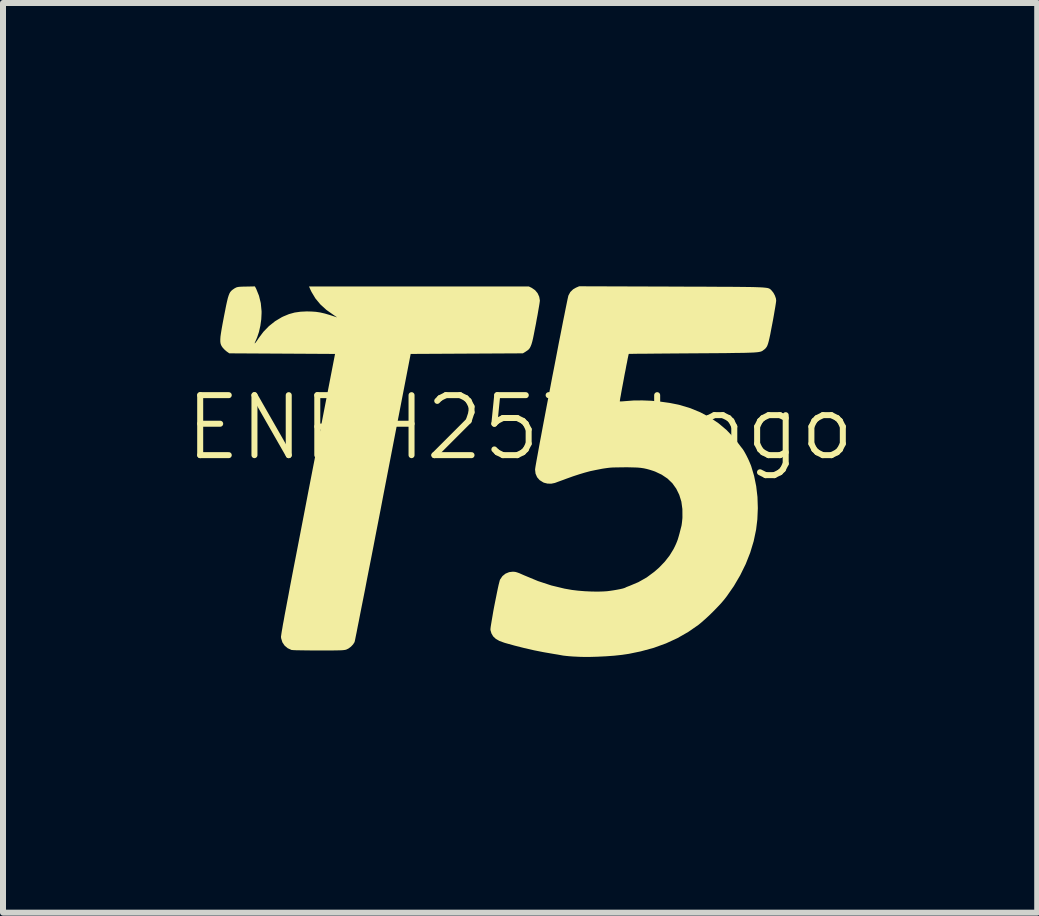
<source format=kicad_pcb>
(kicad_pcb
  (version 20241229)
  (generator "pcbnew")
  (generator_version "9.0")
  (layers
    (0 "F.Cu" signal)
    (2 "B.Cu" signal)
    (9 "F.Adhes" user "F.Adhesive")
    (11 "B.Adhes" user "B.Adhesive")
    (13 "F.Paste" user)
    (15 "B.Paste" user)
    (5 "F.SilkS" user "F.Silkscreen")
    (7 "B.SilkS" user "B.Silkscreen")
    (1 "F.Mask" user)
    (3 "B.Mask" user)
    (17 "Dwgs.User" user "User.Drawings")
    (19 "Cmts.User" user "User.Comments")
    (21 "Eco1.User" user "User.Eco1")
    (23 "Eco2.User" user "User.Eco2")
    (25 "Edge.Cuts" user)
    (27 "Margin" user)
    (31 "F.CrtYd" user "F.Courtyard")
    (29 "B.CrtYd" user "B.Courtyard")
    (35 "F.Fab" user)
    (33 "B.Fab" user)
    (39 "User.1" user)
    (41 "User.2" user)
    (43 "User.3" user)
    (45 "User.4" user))
  (footprint "ENPH253_Logo"
    (layer "F.Cu")
    (at 5.621 4.581)
    (property "Reference" "ENPH253_Logo" (at 0 -0.5 0) (unlocked yes) (layer "F.SilkS") (effects (font (size 1 1) (thickness 0.1))))
    (attr smd)
    (fp_poly (pts (xy -4.85 -3.29) (xy -4.855 -3.285) (xy -4.86 -3.29) (xy -4.855 -3.295)) (stroke (width 0) (type solid)) (fill yes) (layer "F.Mask"))
    (fp_poly (pts (xy -3.48 -3.67) (xy -3.485 -3.665) (xy -3.49 -3.67) (xy -3.485 -3.675)) (stroke (width 0) (type solid)) (fill yes) (layer "F.Mask"))
    (fp_poly (pts (xy 1.922 0.162) (xy 2.069 0.181) (xy 2.201 0.214) (xy 2.318 0.259) (xy 2.42 0.318) (xy 2.507 0.39) (xy 2.578 0.475) (xy 2.635 0.573) (xy 2.677 0.684) (xy 2.682 0.7) (xy 2.691 0.736) (xy 2.697 0.773) (xy 2.701 0.813) (xy 2.703 0.863) (xy 2.704 0.928) (xy 2.704 0.941) (xy 2.705 1.101) (xy 2.585 1.24) (xy 2.516 1.319) (xy 2.436 1.41) (xy 2.349 1.508) (xy 2.256 1.612) (xy 2.161 1.717) (xy 2.067 1.821) (xy 1.977 1.92) (xy 1.917 1.986) (xy 1.745 2.173) (xy 1.68 2.189) (xy 1.619 2.202) (xy 1.564 2.213) (xy 1.509 2.22) (xy 1.451 2.225) (xy 1.385 2.228) (xy 1.306 2.229) (xy 1.24 2.229) (xy 1.153 2.228) (xy 1.081 2.227) (xy 1.019 2.223) (xy 0.962 2.218) (xy 0.907 2.211) (xy 0.875 2.207) (xy 0.638 2.16) (xy 0.407 2.095) (xy 0.184 2.012) (xy 0.105 1.978) (xy 0.054 1.955) (xy 0.004 1.934) (xy -0.039 1.918) (xy -0.071 1.908) (xy -0.071 1.908) (xy -0.106 1.9) (xy -0.133 1.898) (xy -0.163 1.903) (xy -0.184 1.909) (xy -0.245 1.936) (xy -0.295 1.977) (xy -0.33 2.025) (xy -0.337 2.046) (xy -0.347 2.083) (xy -0.36 2.134) (xy -0.373 2.196) (xy -0.389 2.267) (xy -0.404 2.345) (xy -0.42 2.425) (xy -0.436 2.507) (xy -0.451 2.586) (xy -0.464 2.661) (xy -0.476 2.729) (xy -0.485 2.787) (xy -0.491 2.833) (xy -0.494 2.863) (xy -0.494 2.874) (xy -0.477 2.932) (xy -0.447 2.981) (xy -0.404 3.021) (xy -0.344 3.055) (xy -0.267 3.084) (xy -0.267 3.084) (xy -0.161 3.115) (xy -0.045 3.145) (xy 0.076 3.175) (xy 0.197 3.203) (xy 0.314 3.228) (xy 0.423 3.248) (xy 0.518 3.264) (xy 0.535 3.266) (xy 0.576 3.272) (xy 0.611 3.278) (xy 0.633 3.283) (xy 0.638 3.285) (xy 0.633 3.293) (xy 0.614 3.315) (xy 0.581 3.35) (xy 0.534 3.399) (xy 0.474 3.461) (xy 0.399 3.535) (xy 0.311 3.623) (xy 0.21 3.724) (xy 0.096 3.836) (xy -0.007 3.938) (xy -0.665 4.584) (xy -2.458 4.585) (xy -4.251 4.585) (xy -4.248 4.556) (xy -4.246 4.547) (xy -4.239 4.536) (xy -4.226 4.522) (xy -4.206 4.504) (xy -4.176 4.48) (xy -4.136 4.449) (xy -4.083 4.41) (xy -4.017 4.361) (xy -3.98 4.335) (xy -3.586 4.045) (xy -3.192 3.752) (xy -2.8 3.455) (xy -2.411 3.156) (xy -2.027 2.856) (xy -1.649 2.556) (xy -1.279 2.258) (xy -0.917 1.962) (xy -0.566 1.669) (xy -0.226 1.381) (xy 0.101 1.099) (xy 0.413 0.824) (xy 0.71 0.557) (xy 0.807 0.468) (xy 1.038 0.255) (xy 1.142 0.23) (xy 1.303 0.196) (xy 1.455 0.173) (xy 1.607 0.159) (xy 1.76 0.155)) (stroke (width 0) (type solid)) (fill yes) (layer "F.Mask"))
    (fp_poly (pts (xy 2.884 -4.579) (xy 3.006 -4.574) (xy 3.112 -4.567) (xy 3.12 -4.566) (xy 3.352 -4.54) (xy 3.566 -4.505) (xy 3.763 -4.462) (xy 3.944 -4.41) (xy 4.11 -4.349) (xy 4.26 -4.279) (xy 4.397 -4.199) (xy 4.52 -4.109) (xy 4.604 -4.035) (xy 4.712 -3.92) (xy 4.802 -3.795) (xy 4.875 -3.661) (xy 4.931 -3.517) (xy 4.97 -3.363) (xy 4.992 -3.2) (xy 4.997 -3.027) (xy 4.985 -2.844) (xy 4.955 -2.651) (xy 4.909 -2.447) (xy 4.846 -2.233) (xy 4.839 -2.214) (xy 4.761 -1.998) (xy 4.666 -1.774) (xy 4.556 -1.542) (xy 4.429 -1.3) (xy 4.286 -1.049) (xy 4.126 -0.788) (xy 4.092 -0.735) (xy 4.063 -0.69) (xy 4.028 -0.636) (xy 3.989 -0.578) (xy 3.947 -0.515) (xy 3.904 -0.452) (xy 3.862 -0.389) (xy 3.821 -0.33) (xy 3.784 -0.276) (xy 3.752 -0.229) (xy 3.725 -0.192) (xy 3.707 -0.167) (xy 3.698 -0.156) (xy 3.697 -0.155) (xy 3.691 -0.163) (xy 3.676 -0.183) (xy 3.657 -0.212) (xy 3.653 -0.218) (xy 3.57 -0.326) (xy 3.472 -0.432) (xy 3.362 -0.532) (xy 3.245 -0.62) (xy 3.235 -0.627) (xy 3.079 -0.72) (xy 2.91 -0.798) (xy 2.729 -0.86) (xy 2.536 -0.906) (xy 2.33 -0.937) (xy 2.293 -0.94) (xy 2.221 -0.947) (xy 2.347 -1.093) (xy 2.437 -1.201) (xy 2.526 -1.308) (xy 2.61 -1.412) (xy 2.686 -1.509) (xy 2.752 -1.596) (xy 2.777 -1.63) (xy 2.857 -1.74) (xy 3.416 -1.745) (xy 3.975 -1.75) (xy 4.023 -1.773) (xy 4.074 -1.808) (xy 4.115 -1.854) (xy 4.137 -1.897) (xy 4.143 -1.917) (xy 4.151 -1.953) (xy 4.161 -2.003) (xy 4.173 -2.064) (xy 4.186 -2.133) (xy 4.2 -2.206) (xy 4.214 -2.282) (xy 4.227 -2.357) (xy 4.24 -2.428) (xy 4.251 -2.493) (xy 4.26 -2.548) (xy 4.266 -2.59) (xy 4.27 -2.617) (xy 4.27 -2.624) (xy 4.263 -2.667) (xy 4.244 -2.714) (xy 4.217 -2.759) (xy 4.189 -2.789) (xy 4.172 -2.803) (xy 4.156 -2.815) (xy 4.14 -2.824) (xy 4.12 -2.831) (xy 4.094 -2.836) (xy 4.062 -2.84) (xy 4.019 -2.842) (xy 3.965 -2.844) (xy 3.898 -2.845) (xy 3.814 -2.845) (xy 3.72 -2.845) (xy 3.35 -2.845) (xy 3.35 -2.923) (xy 3.34 -3.028) (xy 3.312 -3.129) (xy 3.265 -3.223) (xy 3.202 -3.309) (xy 3.123 -3.385) (xy 3.08 -3.417) (xy 2.988 -3.47) (xy 2.88 -3.517) (xy 2.755 -3.558) (xy 2.616 -3.591) (xy 2.463 -3.617) (xy 2.305 -3.635) (xy 2.18 -3.642) (xy 2.035 -3.645) (xy 1.873 -3.643) (xy 1.694 -3.637) (xy 1.498 -3.627) (xy 1.286 -3.612) (xy 1.059 -3.594) (xy 0.817 -3.571) (xy 0.562 -3.544) (xy 0.294 -3.513) (xy 0.013 -3.479) (xy -0.279 -3.44) (xy -0.582 -3.399) (xy -0.895 -3.353) (xy -1.217 -3.304) (xy -1.548 -3.252) (xy -1.887 -3.197) (xy -2.234 -3.138) (xy -2.587 -3.076) (xy -2.946 -3.012) (xy -3.31 -2.944) (xy -3.355 -2.935) (xy -3.409 -2.925) (xy -3.457 -2.916) (xy -3.494 -2.91) (xy -3.517 -2.906) (xy -3.522 -2.905) (xy -3.53 -2.897) (xy -3.526 -2.873) (xy -3.511 -2.833) (xy -3.499 -2.807) (xy -3.441 -2.699) (xy -3.373 -2.604) (xy -3.293 -2.519) (xy -3.198 -2.44) (xy -3.11 -2.379) (xy -3.079 -2.36) (xy -3.059 -2.346) (xy -3.052 -2.339) (xy -3.055 -2.34) (xy -3.147 -2.371) (xy -3.225 -2.395) (xy -3.293 -2.413) (xy -3.356 -2.426) (xy -3.418 -2.433) (xy -3.483 -2.437) (xy -3.545 -2.438) (xy -3.612 -2.438) (xy -3.666 -2.435) (xy -3.712 -2.429) (xy -3.757 -2.421) (xy -3.774 -2.417) (xy -3.865 -2.388) (xy -3.959 -2.349) (xy -4.046 -2.302) (xy -4.094 -2.271) (xy -4.144 -2.231) (xy -4.2 -2.179) (xy -4.257 -2.12) (xy -4.31 -2.058) (xy -4.355 -2) (xy -4.375 -1.971) (xy -4.399 -1.935) (xy -4.417 -1.911) (xy -4.427 -1.9) (xy -4.429 -1.904) (xy -4.421 -1.923) (xy -4.414 -1.936) (xy -4.397 -1.976) (xy -4.377 -2.03) (xy -4.358 -2.09) (xy -4.34 -2.152) (xy -4.327 -2.208) (xy -4.325 -2.218) (xy -4.317 -2.279) (xy -4.312 -2.35) (xy -4.31 -2.426) (xy -4.313 -2.498) (xy -4.319 -2.559) (xy -4.321 -2.571) (xy -4.342 -2.662) (xy -4.375 -2.757) (xy -4.416 -2.849) (xy -4.461 -2.929) (xy -4.475 -2.95) (xy -4.512 -2.996) (xy -4.561 -3.049) (xy -4.616 -3.104) (xy -4.675 -3.157) (xy -4.73 -3.203) (xy -4.769 -3.231) (xy -4.801 -3.252) (xy -4.824 -3.269) (xy -4.837 -3.279) (xy -4.837 -3.281) (xy -4.827 -3.279) (xy -4.803 -3.272) (xy -4.769 -3.26) (xy -4.752 -3.254) (xy -4.634 -3.218) (xy -4.518 -3.195) (xy -4.396 -3.184) (xy -4.32 -3.182) (xy -4.253 -3.182) (xy -4.2 -3.185) (xy -4.156 -3.189) (xy -4.113 -3.197) (xy -4.085 -3.203) (xy -3.96 -3.244) (xy -3.842 -3.303) (xy -3.733 -3.379) (xy -3.635 -3.469) (xy -3.55 -3.573) (xy -3.53 -3.604) (xy -3.512 -3.63) (xy -3.499 -3.647) (xy -3.493 -3.652) (xy -3.495 -3.641) (xy -3.501 -3.617) (xy -3.51 -3.589) (xy -3.544 -3.468) (xy -3.565 -3.341) (xy -3.574 -3.204) (xy -3.574 -3.183) (xy -3.574 -3.131) (xy -3.573 -3.087) (xy -3.572 -3.053) (xy -3.571 -3.034) (xy -3.57 -3.031) (xy -3.559 -3.033) (xy -3.533 -3.042) (xy -3.494 -3.056) (xy -3.446 -3.075) (xy -3.39 -3.097) (xy -3.38 -3.101) (xy -2.952 -3.27) (xy -2.527 -3.431) (xy -2.104 -3.582) (xy -1.685 -3.724) (xy -1.272 -3.856) (xy -0.865 -3.978) (xy -0.465 -4.09) (xy -0.074 -4.191) (xy 0.308 -4.281) (xy 0.679 -4.359) (xy 1.038 -4.427) (xy 1.385 -4.482) (xy 1.717 -4.525) (xy 1.85 -4.539) (xy 1.994 -4.552) (xy 2.144 -4.562) (xy 2.298 -4.571) (xy 2.453 -4.576) (xy 2.604 -4.58) (xy 2.749 -4.581)) (stroke (width 0) (type solid)) (fill yes) (layer "F.Mask"))
    (fp_poly (pts (xy -4.399 -2.814) (xy -4.353 -2.7) (xy -4.323 -2.577) (xy -4.31 -2.443) (xy -4.31 -2.41) (xy -4.315 -2.307) (xy -4.33 -2.201) (xy -4.353 -2.098) (xy -4.384 -2.005) (xy -4.411 -1.943) (xy -4.423 -1.917) (xy -4.425 -1.906) (xy -4.418 -1.91) (xy -4.403 -1.928) (xy -4.381 -1.959) (xy -4.36 -1.991) (xy -4.281 -2.097) (xy -4.188 -2.193) (xy -4.084 -2.276) (xy -3.972 -2.343) (xy -3.947 -2.355) (xy -3.853 -2.394) (xy -3.759 -2.42) (xy -3.66 -2.434) (xy -3.555 -2.439) (xy -3.476 -2.437) (xy -3.403 -2.432) (xy -3.331 -2.421) (xy -3.257 -2.404) (xy -3.175 -2.38) (xy -3.08 -2.349) (xy -3.055 -2.34) (xy -3.054 -2.341) (xy -3.067 -2.351) (xy -3.092 -2.368) (xy -3.11 -2.38) (xy -3.229 -2.464) (xy -3.33 -2.556) (xy -3.412 -2.655) (xy -3.477 -2.763) (xy -3.494 -2.798) (xy -3.519 -2.855) (xy -1.686 -2.855) (xy 0.146 -2.855) (xy 0.197 -2.83) (xy 0.25 -2.793) (xy 0.292 -2.743) (xy 0.319 -2.684) (xy 0.33 -2.622) (xy 0.33 -2.619) (xy 0.328 -2.601) (xy 0.323 -2.566) (xy 0.315 -2.517) (xy 0.304 -2.455) (xy 0.292 -2.384) (xy 0.277 -2.306) (xy 0.265 -2.237) (xy 0.245 -2.136) (xy 0.229 -2.053) (xy 0.215 -1.985) (xy 0.202 -1.931) (xy 0.189 -1.888) (xy 0.176 -1.856) (xy 0.163 -1.83) (xy 0.148 -1.81) (xy 0.131 -1.794) (xy 0.11 -1.78) (xy 0.096 -1.77) (xy 0.047 -1.74) (xy -0.889 -1.735) (xy -1.824 -1.73) (xy -2.286 0.657) (xy -2.327 0.873) (xy -2.368 1.083) (xy -2.408 1.288) (xy -2.446 1.486) (xy -2.483 1.676) (xy -2.519 1.858) (xy -2.553 2.031) (xy -2.584 2.194) (xy -2.614 2.345) (xy -2.642 2.485) (xy -2.667 2.612) (xy -2.689 2.726) (xy -2.709 2.825) (xy -2.725 2.909) (xy -2.739 2.977) (xy -2.749 3.027) (xy -2.756 3.06) (xy -2.76 3.074) (xy -2.76 3.075) (xy -2.784 3.113) (xy -2.82 3.151) (xy -2.862 3.182) (xy -2.897 3.199) (xy -2.911 3.203) (xy -2.929 3.206) (xy -2.953 3.209) (xy -2.985 3.211) (xy -3.026 3.212) (xy -3.079 3.213) (xy -3.145 3.214) (xy -3.227 3.214) (xy -3.327 3.214) (xy -3.364 3.214) (xy -3.455 3.214) (xy -3.54 3.213) (xy -3.618 3.212) (xy -3.685 3.211) (xy -3.74 3.21) (xy -3.781 3.208) (xy -3.805 3.206) (xy -3.81 3.206) (xy -3.875 3.176) (xy -3.926 3.133) (xy -3.963 3.078) (xy -3.983 3.013) (xy -3.986 2.991) (xy -3.986 2.981) (xy -3.983 2.962) (xy -3.979 2.933) (xy -3.973 2.894) (xy -3.964 2.844) (xy -3.954 2.783) (xy -3.94 2.71) (xy -3.925 2.624) (xy -3.906 2.525) (xy -3.885 2.413) (xy -3.861 2.287) (xy -3.835 2.146) (xy -3.805 1.989) (xy -3.772 1.817) (xy -3.735 1.628) (xy -3.695 1.421) (xy -3.652 1.198) (xy -3.605 0.955) (xy -3.555 0.694) (xy -3.538 0.605) (xy -3.085 -1.73) (xy -3.967 -1.735) (xy -4.848 -1.74) (xy -4.891 -1.77) (xy -4.924 -1.798) (xy -4.955 -1.831) (xy -4.964 -1.843) (xy -4.978 -1.864) (xy -4.988 -1.886) (xy -4.995 -1.91) (xy -4.998 -1.939) (xy -4.998 -1.975) (xy -4.995 -2.02) (xy -4.987 -2.076) (xy -4.976 -2.144) (xy -4.961 -2.228) (xy -4.942 -2.328) (xy -4.936 -2.36) (xy -4.916 -2.46) (xy -4.9 -2.542) (xy -4.885 -2.609) (xy -4.872 -2.663) (xy -4.859 -2.704) (xy -4.846 -2.737) (xy -4.832 -2.762) (xy -4.816 -2.781) (xy -4.798 -2.797) (xy -4.777 -2.812) (xy -4.766 -2.82) (xy -4.746 -2.831) (xy -4.728 -2.84) (xy -4.709 -2.845) (xy -4.684 -2.849) (xy -4.648 -2.851) (xy -4.599 -2.853) (xy -4.569 -2.853) (xy -4.421 -2.856)) (stroke (width 0) (type solid)) (fill yes) (layer "F.SilkS"))
    (fp_poly (pts (xy 2.535 -2.853) (xy 2.744 -2.852) (xy 2.934 -2.851) (xy 3.106 -2.851) (xy 3.261 -2.85) (xy 3.399 -2.849) (xy 3.523 -2.849) (xy 3.631 -2.848) (xy 3.727 -2.847) (xy 3.81 -2.846) (xy 3.881 -2.845) (xy 3.942 -2.843) (xy 3.993 -2.841) (xy 4.036 -2.839) (xy 4.071 -2.836) (xy 4.099 -2.833) (xy 4.121 -2.83) (xy 4.138 -2.826) (xy 4.151 -2.821) (xy 4.161 -2.816) (xy 4.17 -2.811) (xy 4.176 -2.805) (xy 4.183 -2.798) (xy 4.191 -2.79) (xy 4.194 -2.787) (xy 4.223 -2.751) (xy 4.248 -2.705) (xy 4.265 -2.657) (xy 4.27 -2.62) (xy 4.268 -2.601) (xy 4.263 -2.565) (xy 4.255 -2.514) (xy 4.244 -2.451) (xy 4.232 -2.38) (xy 4.218 -2.301) (xy 4.206 -2.238) (xy 4.187 -2.14) (xy 4.172 -2.06) (xy 4.158 -1.995) (xy 4.146 -1.944) (xy 4.135 -1.904) (xy 4.124 -1.873) (xy 4.113 -1.85) (xy 4.1 -1.832) (xy 4.086 -1.816) (xy 4.069 -1.802) (xy 4.066 -1.8) (xy 4.055 -1.792) (xy 4.046 -1.785) (xy 4.035 -1.778) (xy 4.024 -1.773) (xy 4.009 -1.768) (xy 3.99 -1.764) (xy 3.967 -1.76) (xy 3.937 -1.757) (xy 3.9 -1.754) (xy 3.854 -1.752) (xy 3.798 -1.75) (xy 3.732 -1.748) (xy 3.653 -1.747) (xy 3.562 -1.746) (xy 3.456 -1.744) (xy 3.334 -1.743) (xy 3.196 -1.742) (xy 3.04 -1.741) (xy 2.885 -1.74) (xy 2.74 -1.739) (xy 2.602 -1.738) (xy 2.47 -1.737) (xy 2.346 -1.736) (xy 2.232 -1.735) (xy 2.129 -1.734) (xy 2.038 -1.733) (xy 1.961 -1.733) (xy 1.898 -1.732) (xy 1.852 -1.731) (xy 1.823 -1.731) (xy 1.812 -1.73) (xy 1.812 -1.73) (xy 1.809 -1.72) (xy 1.803 -1.692) (xy 1.794 -1.65) (xy 1.784 -1.596) (xy 1.771 -1.533) (xy 1.758 -1.462) (xy 1.743 -1.388) (xy 1.729 -1.311) (xy 1.715 -1.236) (xy 1.701 -1.163) (xy 1.689 -1.097) (xy 1.679 -1.039) (xy 1.67 -0.992) (xy 1.665 -0.958) (xy 1.663 -0.941) (xy 1.663 -0.939) (xy 1.674 -0.938) (xy 1.701 -0.939) (xy 1.739 -0.942) (xy 1.764 -0.944) (xy 1.896 -0.954) (xy 2.04 -0.955) (xy 2.192 -0.949) (xy 2.345 -0.934) (xy 2.495 -0.913) (xy 2.636 -0.885) (xy 2.665 -0.878) (xy 2.84 -0.825) (xy 3.007 -0.756) (xy 3.164 -0.672) (xy 3.31 -0.573) (xy 3.443 -0.461) (xy 3.561 -0.337) (xy 3.619 -0.263) (xy 3.649 -0.225) (xy 3.676 -0.189) (xy 3.698 -0.161) (xy 3.707 -0.15) (xy 3.725 -0.124) (xy 3.749 -0.083) (xy 3.776 -0.033) (xy 3.803 0.022) (xy 3.828 0.078) (xy 3.849 0.129) (xy 3.854 0.143) (xy 3.902 0.304) (xy 3.937 0.476) (xy 3.958 0.656) (xy 3.964 0.841) (xy 3.956 1.028) (xy 3.935 1.2) (xy 3.895 1.391) (xy 3.837 1.583) (xy 3.762 1.773) (xy 3.67 1.96) (xy 3.564 2.141) (xy 3.445 2.312) (xy 3.404 2.365) (xy 3.354 2.424) (xy 3.292 2.49) (xy 3.224 2.56) (xy 3.153 2.63) (xy 3.082 2.695) (xy 3.017 2.752) (xy 2.973 2.788) (xy 2.804 2.905) (xy 2.624 3.008) (xy 2.433 3.096) (xy 2.229 3.17) (xy 2.012 3.229) (xy 1.814 3.27) (xy 1.7 3.287) (xy 1.571 3.301) (xy 1.433 3.311) (xy 1.29 3.318) (xy 1.149 3.322) (xy 1.015 3.321) (xy 0.892 3.315) (xy 0.875 3.314) (xy 0.821 3.31) (xy 0.769 3.305) (xy 0.725 3.3) (xy 0.695 3.295) (xy 0.695 3.295) (xy 0.663 3.289) (xy 0.618 3.281) (xy 0.568 3.273) (xy 0.545 3.269) (xy 0.394 3.243) (xy 0.232 3.211) (xy 0.067 3.173) (xy -0.095 3.132) (xy -0.246 3.09) (xy -0.268 3.083) (xy -0.345 3.055) (xy -0.404 3.021) (xy -0.448 2.98) (xy -0.477 2.931) (xy -0.494 2.873) (xy -0.494 2.855) (xy -0.49 2.82) (xy -0.482 2.77) (xy -0.472 2.71) (xy -0.46 2.64) (xy -0.447 2.563) (xy -0.432 2.483) (xy -0.416 2.402) (xy -0.4 2.323) (xy -0.385 2.248) (xy -0.371 2.18) (xy -0.358 2.121) (xy -0.346 2.074) (xy -0.338 2.043) (xy -0.333 2.031) (xy -0.294 1.974) (xy -0.243 1.933) (xy -0.182 1.908) (xy -0.125 1.901) (xy -0.099 1.902) (xy -0.075 1.905) (xy -0.048 1.913) (xy -0.014 1.925) (xy 0.031 1.945) (xy 0.075 1.964) (xy 0.299 2.057) (xy 0.521 2.13) (xy 0.741 2.183) (xy 0.866 2.205) (xy 0.967 2.217) (xy 1.076 2.226) (xy 1.186 2.231) (xy 1.292 2.233) (xy 1.389 2.23) (xy 1.45 2.226) (xy 1.506 2.219) (xy 1.565 2.21) (xy 1.622 2.2) (xy 1.674 2.19) (xy 1.716 2.18) (xy 1.744 2.171) (xy 1.754 2.167) (xy 1.768 2.159) (xy 1.796 2.148) (xy 1.83 2.135) (xy 1.972 2.075) (xy 2.11 1.997) (xy 2.238 1.902) (xy 2.319 1.831) (xy 2.414 1.732) (xy 2.492 1.632) (xy 2.556 1.528) (xy 2.58 1.481) (xy 2.598 1.442) (xy 2.614 1.404) (xy 2.629 1.364) (xy 2.643 1.317) (xy 2.659 1.26) (xy 2.677 1.189) (xy 2.691 1.135) (xy 2.696 1.105) (xy 2.701 1.062) (xy 2.706 1.013) (xy 2.707 0.99) (xy 2.706 0.856) (xy 2.689 0.732) (xy 2.654 0.619) (xy 2.604 0.517) (xy 2.539 0.426) (xy 2.458 0.348) (xy 2.361 0.283) (xy 2.251 0.231) (xy 2.22 0.22) (xy 2.164 0.202) (xy 2.113 0.188) (xy 2.063 0.177) (xy 2.01 0.169) (xy 1.952 0.164) (xy 1.883 0.162) (xy 1.8 0.16) (xy 1.745 0.16) (xy 1.665 0.161) (xy 1.601 0.162) (xy 1.548 0.163) (xy 1.502 0.166) (xy 1.459 0.171) (xy 1.415 0.177) (xy 1.364 0.185) (xy 1.35 0.188) (xy 1.257 0.206) (xy 1.167 0.225) (xy 1.078 0.249) (xy 0.985 0.277) (xy 0.884 0.31) (xy 0.77 0.351) (xy 0.725 0.368) (xy 0.678 0.385) (xy 0.634 0.401) (xy 0.599 0.414) (xy 0.58 0.421) (xy 0.522 0.433) (xy 0.458 0.432) (xy 0.398 0.417) (xy 0.385 0.411) (xy 0.326 0.374) (xy 0.284 0.326) (xy 0.258 0.266) (xy 0.25 0.198) (xy 0.252 0.181) (xy 0.257 0.147) (xy 0.266 0.095) (xy 0.278 0.028) (xy 0.293 -0.053) (xy 0.31 -0.147) (xy 0.329 -0.252) (xy 0.351 -0.368) (xy 0.374 -0.492) (xy 0.399 -0.624) (xy 0.425 -0.761) (xy 0.452 -0.904) (xy 0.48 -1.049) (xy 0.508 -1.196) (xy 0.536 -1.344) (xy 0.565 -1.491) (xy 0.593 -1.636) (xy 0.62 -1.777) (xy 0.646 -1.914) (xy 0.672 -2.044) (xy 0.696 -2.166) (xy 0.718 -2.279) (xy 0.739 -2.382) (xy 0.757 -2.473) (xy 0.773 -2.551) (xy 0.786 -2.615) (xy 0.796 -2.662) (xy 0.803 -2.693) (xy 0.806 -2.704) (xy 0.838 -2.763) (xy 0.885 -2.808) (xy 0.932 -2.835) (xy 0.985 -2.858)) (stroke (width 0) (type solid)) (fill yes) (layer "F.SilkS")))
  (gr_rect
    (start -3 -3)
    (end 14.243 12.166)
    (stroke (width 0.1) (type default))
    (fill no)
    (layer "Edge.Cuts")))
</source>
